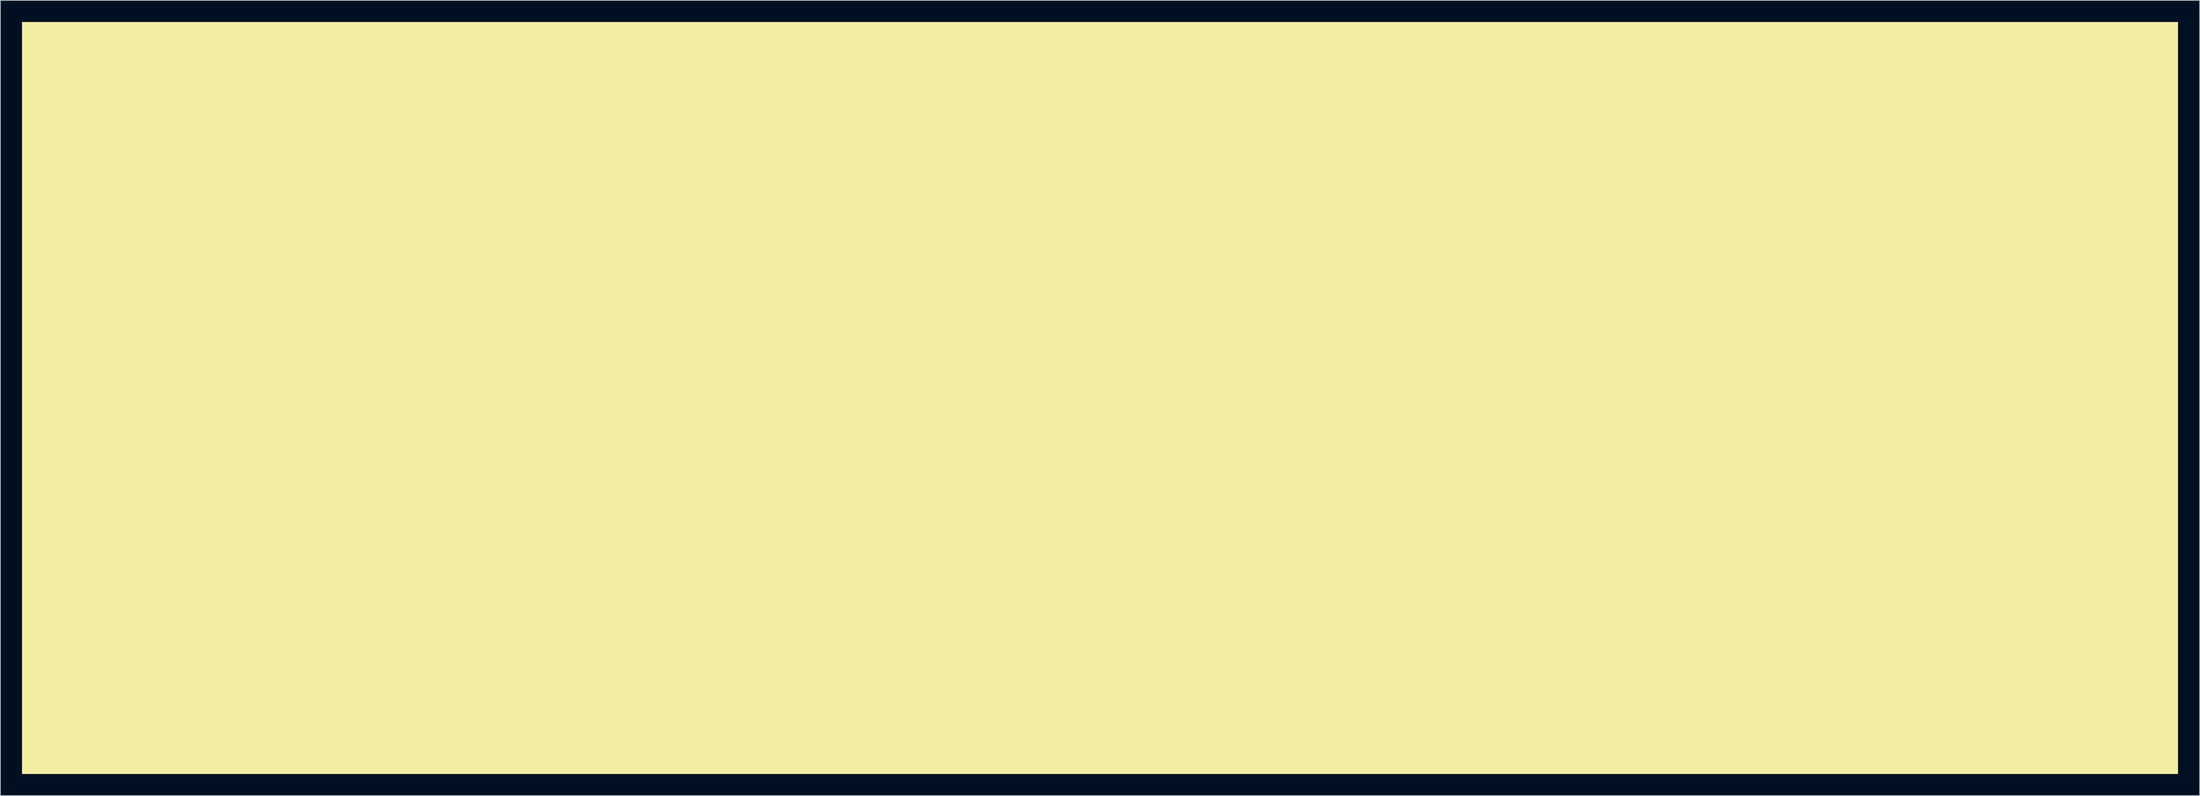
<source format=kicad_pcb>
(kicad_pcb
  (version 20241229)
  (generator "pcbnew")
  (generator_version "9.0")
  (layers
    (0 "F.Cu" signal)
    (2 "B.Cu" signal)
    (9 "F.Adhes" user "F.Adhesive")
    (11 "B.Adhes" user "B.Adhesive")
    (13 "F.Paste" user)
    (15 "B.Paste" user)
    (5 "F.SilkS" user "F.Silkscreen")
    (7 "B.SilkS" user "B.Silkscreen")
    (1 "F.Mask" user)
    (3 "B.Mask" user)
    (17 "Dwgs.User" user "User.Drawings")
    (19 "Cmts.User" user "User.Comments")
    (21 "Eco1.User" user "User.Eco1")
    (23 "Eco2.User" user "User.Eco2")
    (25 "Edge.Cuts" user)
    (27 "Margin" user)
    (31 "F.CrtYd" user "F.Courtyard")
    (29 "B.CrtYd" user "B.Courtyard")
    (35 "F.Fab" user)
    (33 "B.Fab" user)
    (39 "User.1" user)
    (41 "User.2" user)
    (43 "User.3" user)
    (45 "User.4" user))
  (footprint "logo_text_40mm"
    (layer "F.Cu")
    (at 149.442 52.16)
    (property "Reference" "logo_text_40mm" (at 0 0 0) (layer "F.SilkS") (effects (font (size 1.524 1.524) (thickness 0.3))))
    (attr through_hole)
    (fp_poly (pts (xy 149.437 52.155) (xy -149.437 52.155) (xy -149.437 -52.155) (xy 149.437 -52.155) (xy 149.437 52.155)) (stroke (width 0.01) (type solid)) (fill yes) (layer "F.SilkS")))
  (gr_rect
    (start -3 -3)
    (end 301.883 107.319)
    (stroke (width 0.1) (type default))
    (fill no)
    (layer "Edge.Cuts")))
</source>
